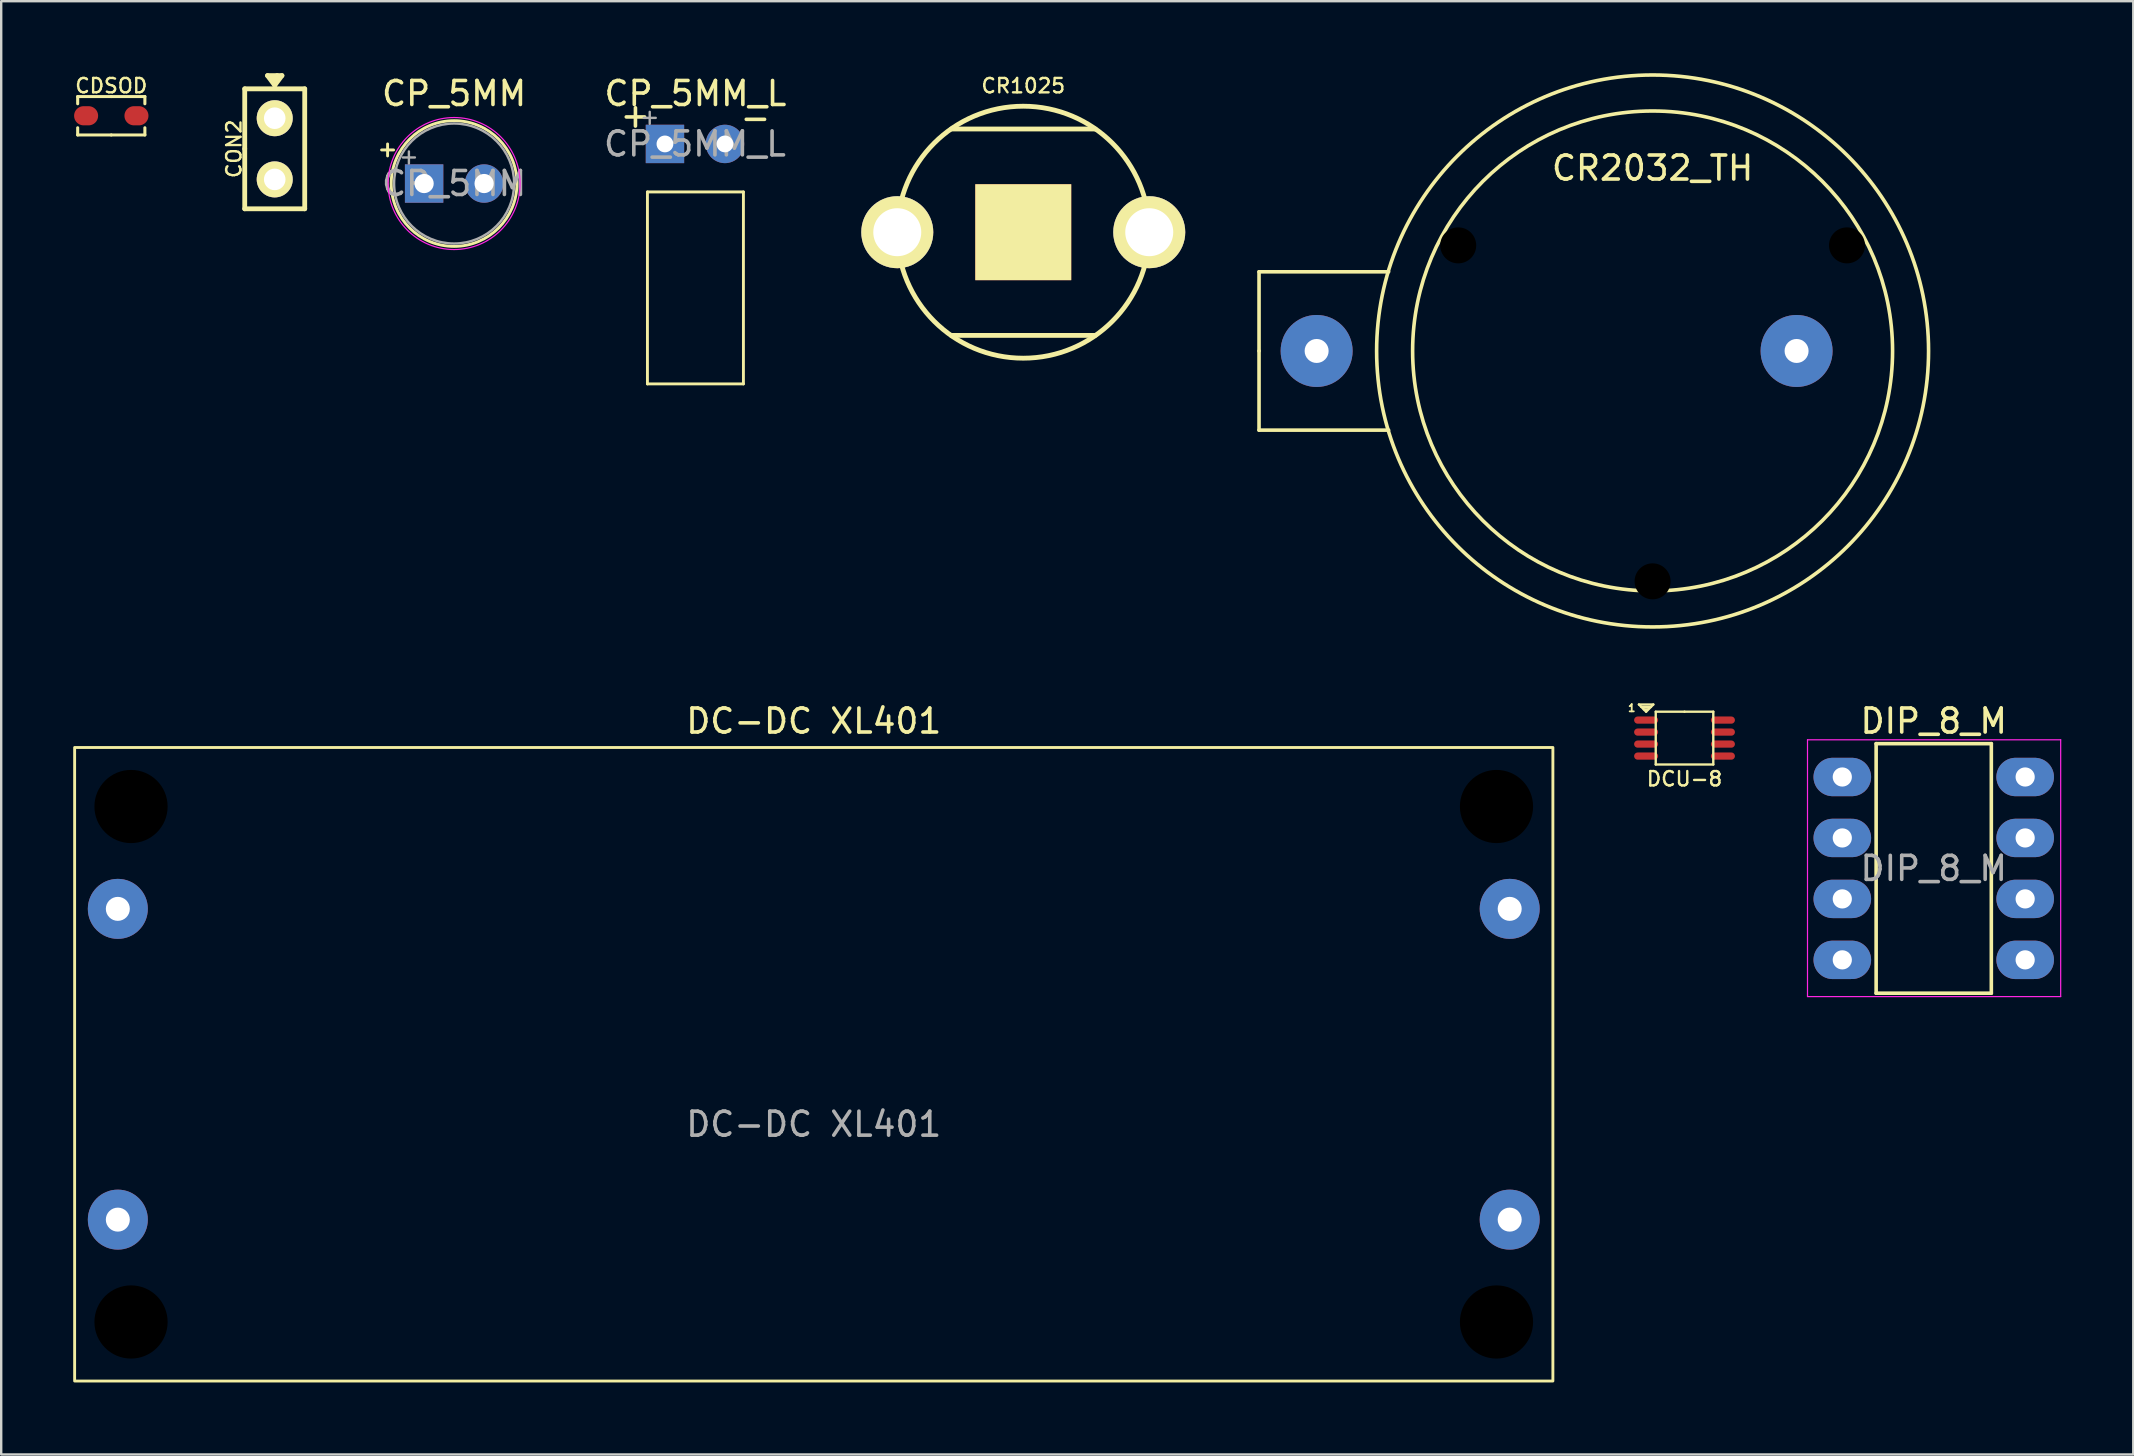
<source format=kicad_pcb>
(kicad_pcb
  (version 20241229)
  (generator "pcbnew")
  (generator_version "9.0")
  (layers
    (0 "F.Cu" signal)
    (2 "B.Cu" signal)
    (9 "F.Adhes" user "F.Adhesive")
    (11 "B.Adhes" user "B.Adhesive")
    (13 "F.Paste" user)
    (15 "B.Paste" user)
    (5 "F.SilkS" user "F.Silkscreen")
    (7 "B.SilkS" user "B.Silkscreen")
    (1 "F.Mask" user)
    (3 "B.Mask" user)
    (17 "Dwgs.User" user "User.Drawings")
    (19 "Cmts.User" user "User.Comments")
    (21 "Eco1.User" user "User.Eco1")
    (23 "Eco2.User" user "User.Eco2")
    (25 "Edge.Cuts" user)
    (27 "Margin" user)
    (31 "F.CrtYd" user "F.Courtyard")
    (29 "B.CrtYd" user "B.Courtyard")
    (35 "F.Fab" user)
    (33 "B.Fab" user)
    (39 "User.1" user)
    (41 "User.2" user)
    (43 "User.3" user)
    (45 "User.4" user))
  (footprint "DC-DC XL401"
    (layer "F.Cu")
    (at 30.86 41.298)
    (property "Reference" "DC-DC XL401" (at 0 -14.3 0) (unlocked yes) (layer "F.SilkS") (effects (font (size 1 1) (thickness 0.15))))
    (attr smd)
    (fp_rect (start -30.8 -13.2) (end 30.8 13.2) (stroke (width 0.12) (type default)) (fill no) (layer "F.SilkS"))
    (fp_text user "${REFERENCE}" (at 0 2.5 0) (unlocked yes) (layer "F.Fab") (effects (font (size 1 1) (thickness 0.15))))
    (pad "" np_thru_hole circle (at -28.45 -10.74) (size 3.05 3.05) (drill 3.05) (layers "*.Mask"))
    (pad "" np_thru_hole circle (at -28.45 10.74) (size 3.05 3.05) (drill 3.05) (layers "*.Mask"))
    (pad "" np_thru_hole circle (at 28.45 -10.74) (size 3.05 3.05) (drill 3.05) (layers "*.Mask"))
    (pad "" np_thru_hole circle (at 28.45 10.74) (size 3.05 3.05) (drill 3.05) (layers "*.Mask"))
    (pad "1" thru_hole circle (at -29 -6.475) (size 2.5 2.5) (drill 1) (layers "*.Cu" "*.Mask"))
    (pad "2" thru_hole circle (at -29 6.475) (size 2.5 2.5) (drill 1) (layers "*.Cu" "*.Mask"))
    (pad "3" thru_hole circle (at 29 6.475) (size 2.5 2.5) (drill 1) (layers "*.Cu" "*.Mask"))
    (pad "4" thru_hole circle (at 29 -6.475) (size 2.5 2.5) (drill 1) (layers "*.Cu" "*.Mask")))
  (footprint "DCU-8"
    (layer "F.Cu")
    (at 67.145 27.707)
    (property "Reference" "DCU-8" (at 0 1.7 0) (layer "F.SilkS") (effects (font (size 0.599 0.599) (thickness 0.099))))
    (attr smd)
    (fp_line (start -1.9 -1.4) (end -1.6 -1.1) (stroke (width 0.099) (type solid)) (layer "F.SilkS"))
    (fp_line (start -1.801 -1.3) (end -1.4 -1.3) (stroke (width 0.099) (type solid)) (layer "F.SilkS"))
    (fp_line (start -1.6 -1.1) (end -1.3 -1.4) (stroke (width 0.099) (type solid)) (layer "F.SilkS"))
    (fp_line (start -1.524 -1.199) (end -1.699 -1.199) (stroke (width 0.099) (type solid)) (layer "F.SilkS"))
    (fp_line (start -1.3 -1.4) (end -1.9 -1.4) (stroke (width 0.099) (type solid)) (layer "F.SilkS"))
    (fp_line (start -1.199 -1.1) (end -1.199 1.1) (stroke (width 0.099) (type solid)) (layer "F.SilkS"))
    (fp_line (start -1.199 1.1) (end 1.199 1.1) (stroke (width 0.099) (type solid)) (layer "F.SilkS"))
    (fp_line (start 0 -1.1) (end -1.199 -1.1) (stroke (width 0.099) (type solid)) (layer "F.SilkS"))
    (fp_line (start 1.199 -1.1) (end 0 -1.1) (stroke (width 0.099) (type solid)) (layer "F.SilkS"))
    (fp_line (start 1.199 1.1) (end 1.199 -1.1) (stroke (width 0.099) (type solid)) (layer "F.SilkS"))
    (fp_text user "1" (at -2.2 -1.25 0) (layer "F.SilkS") (effects (font (size 0.3 0.3) (thickness 0.076))))
    (pad "1" smd oval (at -1.6 -0.75 270) (size 0.3 1) (layers "F.Cu" "F.Mask" "F.Paste"))
    (pad "2" smd oval (at -1.6 -0.25 270) (size 0.3 1) (layers "F.Cu" "F.Mask" "F.Paste"))
    (pad "3" smd oval (at -1.6 0.25 270) (size 0.3 1) (layers "F.Cu" "F.Mask" "F.Paste"))
    (pad "4" smd oval (at -1.6 0.75 270) (size 0.3 1) (layers "F.Cu" "F.Mask" "F.Paste"))
    (pad "5" smd oval (at 1.6 0.75 270) (size 0.3 1) (layers "F.Cu" "F.Mask" "F.Paste"))
    (pad "6" smd oval (at 1.6 0.25 270) (size 0.3 1) (layers "F.Cu" "F.Mask" "F.Paste"))
    (pad "7" smd oval (at 1.6 -0.25 270) (size 0.3 1) (layers "F.Cu" "F.Mask" "F.Paste"))
    (pad "8" smd oval (at 1.6 -0.75 270) (size 0.3 1) (layers "F.Cu" "F.Mask" "F.Paste")))
  (footprint "CP_5MM_L"
    (layer "F.Cu")
    (at 25.929 2.948)
    (property "Reference" "CP_5MM_L" (at 0 -2.1 0) (layer "F.SilkS") (effects (font (size 1 1) (thickness 0.15))))
    (attr through_hole)
    (fp_line (start -2 2) (end -2 10) (stroke (width 0.12) (type solid)) (layer "F.SilkS"))
    (fp_line (start -2 10) (end 2 10) (stroke (width 0.12) (type solid)) (layer "F.SilkS"))
    (fp_line (start 2 2) (end -2 2) (stroke (width 0.12) (type solid)) (layer "F.SilkS"))
    (fp_line (start 2 10) (end 2 2) (stroke (width 0.12) (type solid)) (layer "F.SilkS"))
    (fp_line (start -2.154 -1.087) (end -1.654 -1.087) (stroke (width 0.1) (type solid)) (layer "F.Fab"))
    (fp_line (start -1.904 -1.337) (end -1.904 -0.838) (stroke (width 0.1) (type solid)) (layer "F.Fab"))
    (fp_text user "-" (at 2.5 -1.1 0) (layer "F.SilkS") (effects (font (size 1 1) (thickness 0.15))))
    (fp_text user "+" (at -2.5 -1.2 0) (layer "F.SilkS") (effects (font (size 1 1) (thickness 0.15))))
    (fp_text user "${REFERENCE}" (at -0.02 0 0) (layer "F.Fab") (effects (font (size 1 1) (thickness 0.15))))
    (pad "1" thru_hole rect (at -1.27 0) (size 1.6 1.6) (drill 0.7) (layers "*.Cu" "*.Mask" "B.Paste"))
    (pad "2" thru_hole circle (at 1.23 0) (size 1.6 1.6) (drill 0.7) (layers "*.Cu" "*.Mask" "B.Paste")))
  (footprint "CR1025"
    (layer "F.Cu")
    (at 39.59 6.626)
    (property "Reference" "CR1025" (at 0 -6.101 0) (layer "F.SilkS") (effects (font (size 0.599 0.599) (thickness 0.099))))
    (attr through_hole)
    (fp_line (start -3 -4.3) (end 3 -4.3) (stroke (width 0.201) (type solid)) (layer "F.SilkS"))
    (fp_line (start -3 4.3) (end 3 4.3) (stroke (width 0.201) (type solid)) (layer "F.SilkS"))
    (fp_circle (center 0 0) (end 5.25 0) (stroke (width 0.201) (type solid)) (fill no) (layer "F.SilkS"))
    (pad "1" thru_hole circle (at -5.25 0) (size 3 3) (drill 1.999) (layers "*.Cu" "*.Paste" "*.Mask" "F.SilkS"))
    (pad "1" thru_hole circle (at 5.25 0) (size 3 3) (drill 1.999) (layers "*.Cu" "*.Paste" "*.Mask" "F.SilkS"))
    (pad "2" smd rect (at 0 0) (size 4 4) (layers "F.Cu" "F.Mask" "F.SilkS" "F.Paste")))
  (footprint "CON2"
    (layer "F.Cu")
    (at 8.398 3.151)
    (property "Reference" "CON2" (at -1.699 0 90) (layer "F.SilkS") (effects (font (size 0.599 0.599) (thickness 0.099))))
    (attr through_hole)
    (fp_line (start -1.25 -2.499) (end 1.25 -2.499) (stroke (width 0.201) (type solid)) (layer "F.SilkS"))
    (fp_line (start -1.25 0) (end -1.25 -2.499) (stroke (width 0.201) (type solid)) (layer "F.SilkS"))
    (fp_line (start -1.25 2.499) (end -1.25 0) (stroke (width 0.201) (type solid)) (layer "F.SilkS"))
    (fp_line (start -0.3 -3.051) (end 0 -2.649) (stroke (width 0.201) (type solid)) (layer "F.SilkS"))
    (fp_line (start -0.099 -3) (end -0.099 -2.901) (stroke (width 0.201) (type solid)) (layer "F.SilkS"))
    (fp_line (start 0 -2.751) (end 0 -3) (stroke (width 0.201) (type solid)) (layer "F.SilkS"))
    (fp_line (start 0 -2.649) (end 0.3 -3.051) (stroke (width 0.201) (type solid)) (layer "F.SilkS"))
    (fp_line (start 0.099 -3.051) (end 0.099 -2.901) (stroke (width 0.201) (type solid)) (layer "F.SilkS"))
    (fp_line (start 0.201 -3) (end -0.201 -3) (stroke (width 0.201) (type solid)) (layer "F.SilkS"))
    (fp_line (start 0.3 -3.051) (end -0.3 -3.051) (stroke (width 0.201) (type solid)) (layer "F.SilkS"))
    (fp_line (start 1.25 -2.499) (end 1.25 2.499) (stroke (width 0.201) (type solid)) (layer "F.SilkS"))
    (fp_line (start 1.25 2.499) (end -1.25 2.499) (stroke (width 0.201) (type solid)) (layer "F.SilkS"))
    (pad "1" thru_hole circle (at 0 -1.275) (size 1.5 1.5) (drill 0.899) (layers "*.Cu" "*.Paste" "*.Mask" "F.SilkS"))
    (pad "2" thru_hole circle (at 0 1.275) (size 1.5 1.5) (drill 0.899) (layers "*.Cu" "*.Paste" "*.Mask" "F.SilkS")))
  (footprint "DIP_8_M"
    (layer "F.Cu")
    (at 77.53 33.138)
    (property "Reference" "DIP_8_M" (at 0 -6.14 0) (layer "F.SilkS") (effects (font (size 1 1) (thickness 0.15))))
    (attr through_hole)
    (fp_line (start -2.4 -5.2) (end -2.4 5.2) (stroke (width 0.15) (type solid)) (layer "F.SilkS"))
    (fp_line (start -2.4 -5.2) (end 2.4 -5.2) (stroke (width 0.15) (type solid)) (layer "F.SilkS"))
    (fp_line (start -2.4 5.2) (end 2.4 5.2) (stroke (width 0.15) (type solid)) (layer "F.SilkS"))
    (fp_line (start 2.4 -5.2) (end 2.4 5.2) (stroke (width 0.15) (type solid)) (layer "F.SilkS"))
    (fp_line (start -5.26 -5.36) (end -5.26 5.34) (stroke (width 0.05) (type solid)) (layer "F.CrtYd"))
    (fp_line (start -5.26 5.34) (end 5.29 5.34) (stroke (width 0.05) (type solid)) (layer "F.CrtYd"))
    (fp_line (start 5.29 -5.36) (end -5.26 -5.36) (stroke (width 0.05) (type solid)) (layer "F.CrtYd"))
    (fp_line (start 5.29 5.34) (end 5.29 -5.36) (stroke (width 0.05) (type solid)) (layer "F.CrtYd"))
    (fp_text user "${REFERENCE}" (at 0 0 0) (layer "F.Fab") (effects (font (size 1 1) (thickness 0.15))))
    (pad "1" thru_hole oval (at -3.81 -3.81) (size 2.4 1.6) (drill 0.8) (layers "*.Cu" "*.Paste" "*.Mask"))
    (pad "2" thru_hole oval (at -3.81 -1.27) (size 2.4 1.6) (drill 0.8) (layers "*.Cu" "*.Paste" "*.Mask"))
    (pad "3" thru_hole oval (at -3.81 1.27) (size 2.4 1.6) (drill 0.8) (layers "*.Cu" "*.Paste" "*.Mask"))
    (pad "4" thru_hole oval (at -3.81 3.81) (size 2.4 1.6) (drill 0.8) (layers "*.Cu" "*.Paste" "*.Mask"))
    (pad "5" thru_hole oval (at 3.81 3.81) (size 2.4 1.6) (drill 0.8) (layers "*.Cu" "*.Paste" "*.Mask"))
    (pad "6" thru_hole oval (at 3.81 1.27) (size 2.4 1.6) (drill 0.8) (layers "*.Cu" "*.Paste" "*.Mask"))
    (pad "7" thru_hole oval (at 3.81 -1.27) (size 2.4 1.6) (drill 0.8) (layers "*.Cu" "*.Paste" "*.Mask"))
    (pad "8" thru_hole oval (at 3.81 -3.81) (size 2.4 1.6) (drill 0.8) (layers "*.Cu" "*.Paste" "*.Mask")))
  (footprint "CP_5MM"
    (layer "F.Cu")
    (at 15.893 4.598)
    (property "Reference" "CP_5MM" (at -0.02 -3.75 0) (layer "F.SilkS") (effects (font (size 1 1) (thickness 0.15))))
    (attr through_hole)
    (fp_line (start -3.042 -1.4) (end -2.542 -1.4) (stroke (width 0.12) (type solid)) (layer "F.SilkS"))
    (fp_line (start -2.792 -1.65) (end -2.792 -1.15) (stroke (width 0.12) (type solid)) (layer "F.SilkS"))
    (fp_circle (center -0.02 0) (end 2.6 0) (stroke (width 0.12) (type solid)) (fill no) (layer "F.SilkS"))
    (fp_circle (center -0.02 0) (end 2.73 0) (stroke (width 0.05) (type solid)) (fill no) (layer "F.CrtYd"))
    (fp_line (start -2.154 -1.087) (end -1.654 -1.087) (stroke (width 0.1) (type solid)) (layer "F.Fab"))
    (fp_line (start -1.904 -1.337) (end -1.904 -0.838) (stroke (width 0.1) (type solid)) (layer "F.Fab"))
    (fp_circle (center -0.02 0) (end 2.48 0) (stroke (width 0.1) (type solid)) (fill no) (layer "F.Fab"))
    (fp_text user "${REFERENCE}" (at -0.02 0 0) (layer "F.Fab") (effects (font (size 1 1) (thickness 0.15))))
    (pad "1" thru_hole rect (at -1.27 0) (size 1.6 1.6) (drill 0.8) (layers "*.Cu" "*.Mask"))
    (pad "2" thru_hole circle (at 1.23 0) (size 1.6 1.6) (drill 0.8) (layers "*.Cu" "*.Mask")))
  (footprint "CR2032_TH"
    (layer "F.Cu")
    (at 65.815 11.575)
    (property "Reference" "CR2032_TH" (at 0 -7.62 0) (layer "F.SilkS") (effects (font (size 1 1) (thickness 0.15))))
    (attr through_hole)
    (fp_line (start -16.4 -3.3) (end -11 -3.3) (stroke (width 0.15) (type solid)) (layer "F.SilkS"))
    (fp_line (start -16.4 0) (end -16.4 -3.3) (stroke (width 0.15) (type solid)) (layer "F.SilkS"))
    (fp_line (start -16.4 0) (end -16.4 3.3) (stroke (width 0.15) (type solid)) (layer "F.SilkS"))
    (fp_line (start -16.4 3.3) (end -11 3.3) (stroke (width 0.15) (type solid)) (layer "F.SilkS"))
    (fp_circle (center 0 0) (end 10 0) (stroke (width 0.15) (type solid)) (fill no) (layer "F.SilkS"))
    (fp_circle (center 0 0) (end 11.5 0) (stroke (width 0.15) (type solid)) (fill no) (layer "F.SilkS"))
    (pad "" np_thru_hole circle (at -8.1 -4.4) (size 1.5 1.5) (drill 1.5) (layers "*.Mask"))
    (pad "" np_thru_hole circle (at 0 9.6) (size 1.5 1.5) (drill 1.5) (layers "*.Mask"))
    (pad "" np_thru_hole circle (at 8.1 -4.4) (size 1.5 1.5) (drill 1.5) (layers "*.Mask"))
    (pad "1" thru_hole circle (at -14 0) (size 3 3) (drill 1) (layers "*.Cu" "*.Mask" "B.Paste"))
    (pad "2" thru_hole circle (at 6 0) (size 3 3) (drill 1) (layers "*.Cu" "*.Mask" "B.Paste")))
  (footprint "CDSOD"
    (layer "F.Cu")
    (at 1.587 1.774)
    (property "Reference" "CDSOD" (at 0 -1.25 0) (layer "F.SilkS") (effects (font (size 0.599 0.599) (thickness 0.099))))
    (attr smd)
    (fp_line (start -1.4 -0.8) (end -1.4 -0.5) (stroke (width 0.127) (type solid)) (layer "F.SilkS"))
    (fp_line (start -1.4 0.8) (end -1.4 0.5) (stroke (width 0.127) (type solid)) (layer "F.SilkS"))
    (fp_line (start 0 -0.8) (end -1.4 -0.8) (stroke (width 0.127) (type solid)) (layer "F.SilkS"))
    (fp_line (start 0 -0.8) (end 1.4 -0.8) (stroke (width 0.127) (type solid)) (layer "F.SilkS"))
    (fp_line (start 0 0.8) (end -1.4 0.8) (stroke (width 0.127) (type solid)) (layer "F.SilkS"))
    (fp_line (start 0 0.8) (end 1.4 0.8) (stroke (width 0.127) (type solid)) (layer "F.SilkS"))
    (fp_line (start 1.4 -0.8) (end 1.4 -0.5) (stroke (width 0.127) (type solid)) (layer "F.SilkS"))
    (fp_line (start 1.4 0.8) (end 1.4 0.5) (stroke (width 0.127) (type solid)) (layer "F.SilkS"))
    (pad "1" smd oval (at -1.049 0) (size 1.001 0.8) (layers "F.Cu" "F.Mask" "F.Paste"))
    (pad "2" smd oval (at 1.049 0) (size 1.001 0.8) (layers "F.Cu" "F.Mask" "F.Paste")))
  (gr_rect
    (start -3 -3)
    (end 85.845 57.558)
    (stroke (width 0.1) (type default))
    (fill no)
    (layer "Edge.Cuts")))
</source>
